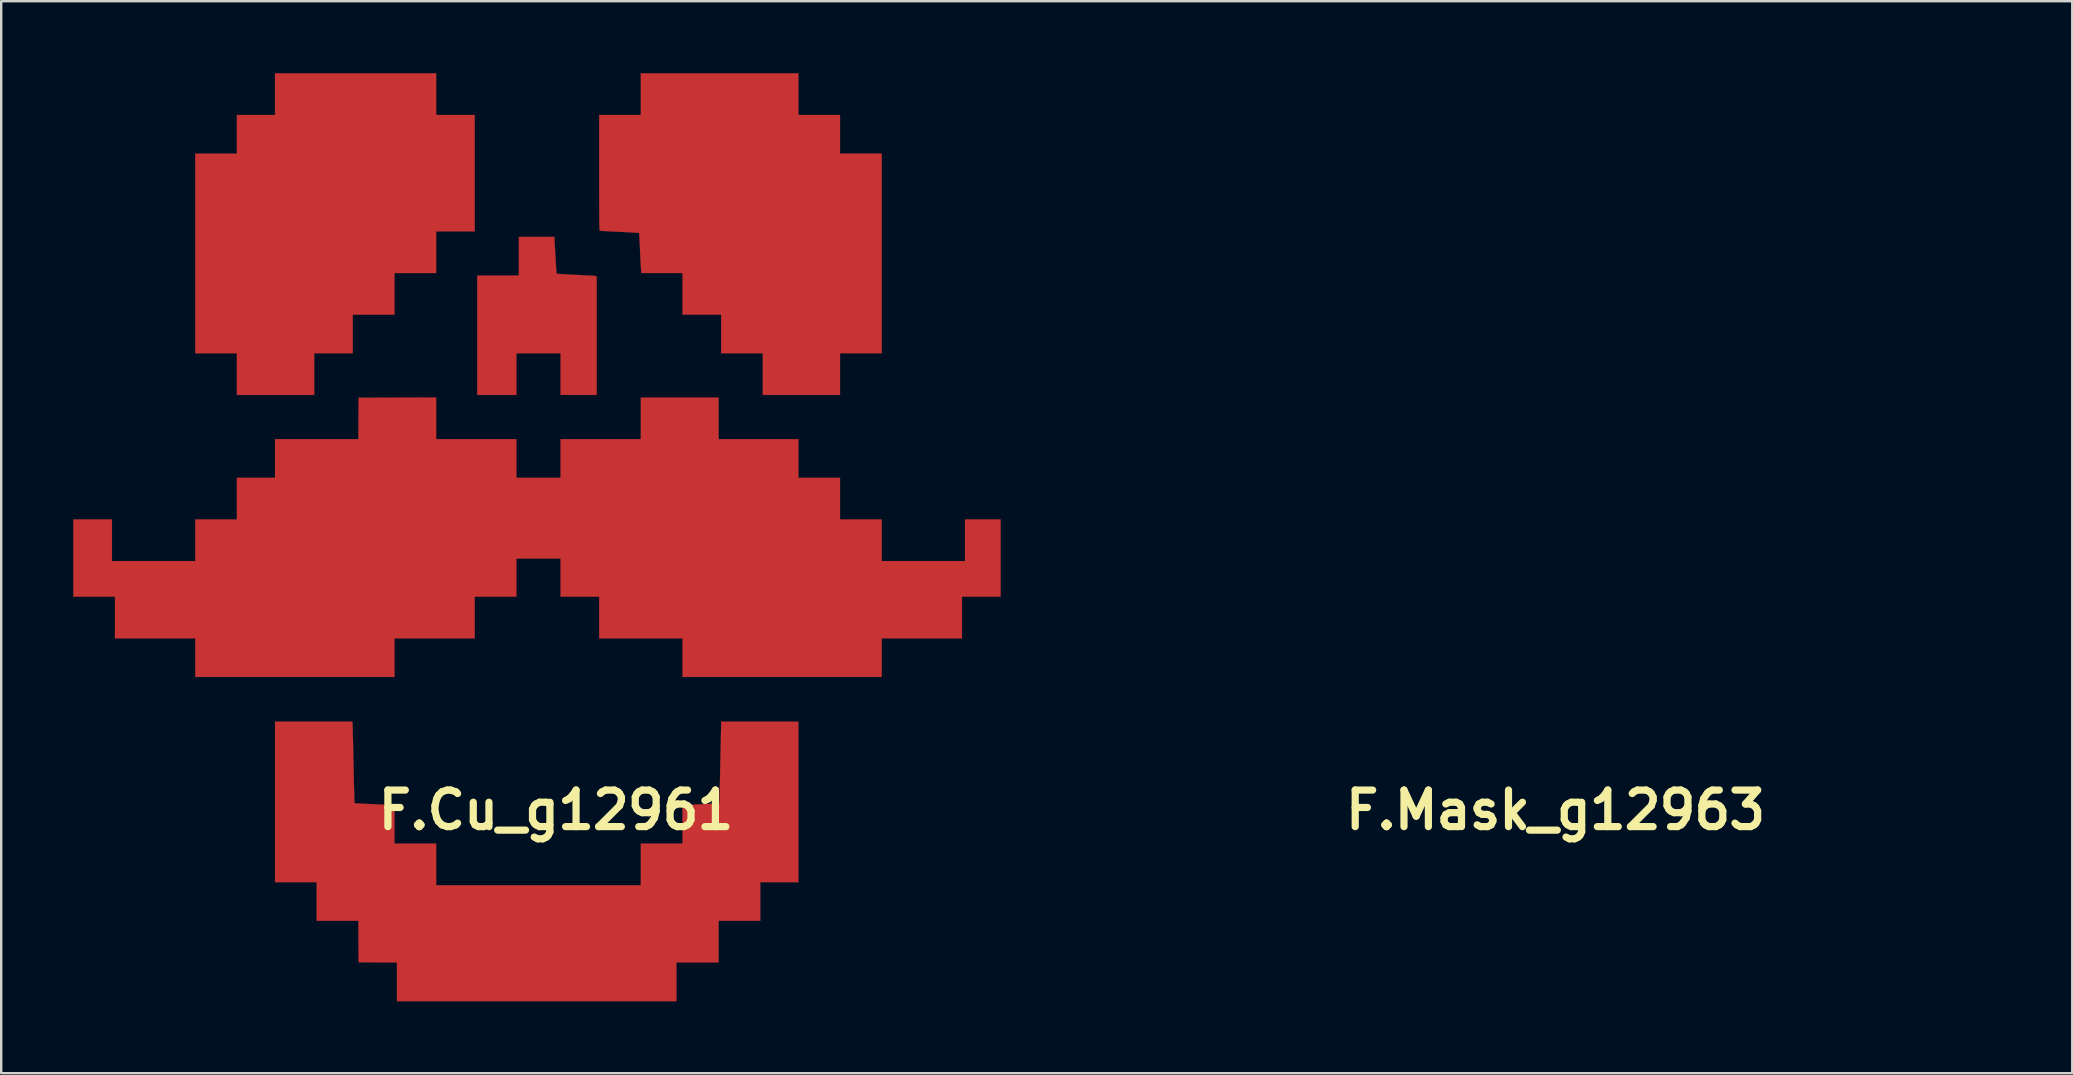
<source format=kicad_pcb>
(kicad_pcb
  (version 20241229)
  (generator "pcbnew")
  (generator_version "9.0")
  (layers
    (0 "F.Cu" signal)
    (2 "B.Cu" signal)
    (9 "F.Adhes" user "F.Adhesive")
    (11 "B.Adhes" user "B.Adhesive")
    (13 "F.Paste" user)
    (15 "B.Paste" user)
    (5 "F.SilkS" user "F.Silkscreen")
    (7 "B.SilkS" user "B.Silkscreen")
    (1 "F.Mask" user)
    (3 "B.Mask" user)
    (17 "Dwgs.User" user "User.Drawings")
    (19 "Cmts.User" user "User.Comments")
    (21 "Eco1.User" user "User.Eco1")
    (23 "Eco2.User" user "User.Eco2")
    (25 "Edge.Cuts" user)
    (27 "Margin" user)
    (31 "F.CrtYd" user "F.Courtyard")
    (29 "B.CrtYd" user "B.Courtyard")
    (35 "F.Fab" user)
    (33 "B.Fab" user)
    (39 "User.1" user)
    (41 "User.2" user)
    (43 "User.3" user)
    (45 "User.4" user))
  (footprint "F.Cu_g12961"
    (layer "F.Cu")
    (at 20.113 30.697)
    (property "Reference" "F.Cu_g12961" (at 0 0 0) (layer "F.SilkS") (effects (font (size 1.524 1.524) (thickness 0.3))))
    (attr through_hole)
    (fp_poly (pts (xy -4.995 -28.956) (xy -3.387 -28.956) (xy -3.387 -24.109) (xy -4.995 -24.109) (xy -4.995 -22.373) (xy -6.731 -22.373) (xy -6.731 -20.637) (xy -8.467 -20.637) (xy -8.467 -19.029) (xy -10.075 -19.029) (xy -10.075 -17.293) (xy -13.293 -17.293) (xy -13.293 -19.029) (xy -15.028 -19.029) (xy -15.028 -27.347) (xy -13.293 -27.347) (xy -13.293 -28.956) (xy -11.705 -28.956) (xy -11.705 -30.692) (xy -4.995 -30.692) (xy -4.995 -28.956)) (stroke (width 0.01) (type solid)) (fill yes) (layer "F.Cu"))
    (fp_poly (pts (xy -0.063 -23.807) (xy -0.061 -23.751) (xy -0.057 -23.663) (xy -0.052 -23.551) (xy -0.045 -23.419) (xy -0.037 -23.274) (xy -0.028 -23.122) (xy -0.019 -22.969) (xy -0.01 -22.82) (xy -0.002 -22.681) (xy 0.006 -22.559) (xy 0.013 -22.458) (xy 0.019 -22.386) (xy 0.022 -22.347) (xy 0.023 -22.343) (xy 0.046 -22.339) (xy 0.106 -22.335) (xy 0.198 -22.329) (xy 0.318 -22.322) (xy 0.461 -22.314) (xy 0.621 -22.306) (xy 0.752 -22.3) (xy 0.928 -22.291) (xy 1.095 -22.283) (xy 1.247 -22.275) (xy 1.378 -22.268) (xy 1.483 -22.262) (xy 1.555 -22.257) (xy 1.582 -22.255) (xy 1.693 -22.243) (xy 1.693 -17.293) (xy 0.191 -17.293) (xy 0.191 -19.029) (xy -1.651 -19.029) (xy -1.651 -17.293) (xy -3.281 -17.293) (xy -3.281 -22.267) (xy -1.545 -22.267) (xy -1.545 -23.876) (xy -0.064 -23.876) (xy -0.063 -23.807)) (stroke (width 0.01) (type solid)) (fill yes) (layer "F.Cu"))
    (fp_poly (pts (xy -4.995 -15.452) (xy -1.651 -15.452) (xy -1.651 -13.843) (xy 0.191 -13.843) (xy 0.191 -15.452) (xy 3.535 -15.452) (xy 3.535 -17.187) (xy 6.773 -17.187) (xy 6.773 -15.452) (xy 10.097 -15.452) (xy 10.097 -13.843) (xy 11.832 -13.843) (xy 11.832 -12.107) (xy 13.568 -12.107) (xy 13.568 -10.372) (xy 17.039 -10.372) (xy 17.039 -12.107) (xy 18.521 -12.107) (xy 18.521 -8.89) (xy 16.912 -8.89) (xy 16.912 -7.154) (xy 13.568 -7.154) (xy 13.568 -5.546) (xy 5.271 -5.546) (xy 5.271 -7.154) (xy 1.799 -7.154) (xy 1.799 -8.89) (xy 0.191 -8.89) (xy 0.191 -10.477) (xy -1.651 -10.477) (xy -1.651 -8.89) (xy -3.387 -8.89) (xy -3.387 -7.154) (xy -6.731 -7.154) (xy -6.731 -5.546) (xy -15.028 -5.546) (xy -15.028 -7.154) (xy -18.373 -7.154) (xy -18.373 -8.89) (xy -20.108 -8.89) (xy -20.108 -12.107) (xy -18.5 -12.107) (xy -18.5 -10.372) (xy -15.028 -10.372) (xy -15.028 -12.107) (xy -13.293 -12.107) (xy -13.293 -13.843) (xy -11.705 -13.843) (xy -11.705 -15.452) (xy -8.234 -15.452) (xy -8.229 -16.314) (xy -8.223 -17.177) (xy -4.995 -17.188) (xy -4.995 -15.452)) (stroke (width 0.01) (type solid)) (fill yes) (layer "F.Cu"))
    (fp_poly (pts (xy 10.097 -28.956) (xy 11.832 -28.956) (xy 11.832 -27.347) (xy 13.568 -27.347) (xy 13.568 -19.029) (xy 11.832 -19.029) (xy 11.832 -17.293) (xy 8.615 -17.293) (xy 8.615 -19.029) (xy 6.879 -19.029) (xy 6.879 -20.637) (xy 5.271 -20.637) (xy 5.271 -22.373) (xy 3.559 -22.373) (xy 3.548 -22.463) (xy 3.544 -22.505) (xy 3.539 -22.584) (xy 3.533 -22.694) (xy 3.525 -22.829) (xy 3.518 -22.985) (xy 3.509 -23.154) (xy 3.503 -23.293) (xy 3.495 -23.466) (xy 3.487 -23.625) (xy 3.48 -23.765) (xy 3.473 -23.881) (xy 3.467 -23.97) (xy 3.463 -24.025) (xy 3.461 -24.042) (xy 3.439 -24.044) (xy 3.381 -24.048) (xy 3.291 -24.054) (xy 3.176 -24.061) (xy 3.041 -24.069) (xy 2.892 -24.077) (xy 2.733 -24.086) (xy 2.572 -24.094) (xy 2.412 -24.103) (xy 2.26 -24.11) (xy 2.122 -24.117) (xy 2.003 -24.123) (xy 1.908 -24.127) (xy 1.844 -24.129) (xy 1.836 -24.129) (xy 1.831 -24.131) (xy 1.825 -24.138) (xy 1.821 -24.151) (xy 1.817 -24.174) (xy 1.814 -24.209) (xy 1.811 -24.257) (xy 1.808 -24.322) (xy 1.806 -24.406) (xy 1.804 -24.51) (xy 1.803 -24.637) (xy 1.802 -24.789) (xy 1.801 -24.969) (xy 1.8 -25.179) (xy 1.8 -25.421) (xy 1.799 -25.697) (xy 1.799 -26.01) (xy 1.799 -26.362) (xy 1.799 -26.543) (xy 1.799 -28.956) (xy 3.535 -28.956) (xy 3.535 -30.692) (xy 10.097 -30.692) (xy 10.097 -28.956)) (stroke (width 0.01) (type solid)) (fill yes) (layer "F.Cu"))
    (fp_poly (pts (xy -8.479 -3.635) (xy -8.478 -3.607) (xy -8.475 -3.54) (xy -8.472 -3.437) (xy -8.468 -3.302) (xy -8.464 -3.137) (xy -8.459 -2.947) (xy -8.454 -2.735) (xy -8.449 -2.504) (xy -8.443 -2.257) (xy -8.438 -1.998) (xy -8.437 -1.939) (xy -8.432 -1.678) (xy -8.426 -1.431) (xy -8.421 -1.199) (xy -8.417 -0.986) (xy -8.412 -0.795) (xy -8.408 -0.629) (xy -8.405 -0.493) (xy -8.402 -0.388) (xy -8.4 -0.318) (xy -8.398 -0.286) (xy -8.398 -0.285) (xy -8.376 -0.282) (xy -8.317 -0.279) (xy -8.225 -0.274) (xy -8.103 -0.267) (xy -7.958 -0.26) (xy -7.793 -0.252) (xy -7.614 -0.244) (xy -7.562 -0.241) (xy -6.731 -0.203) (xy -6.731 1.397) (xy -4.995 1.397) (xy -4.995 3.133) (xy 3.535 3.133) (xy 3.535 1.397) (xy 5.271 1.397) (xy 5.271 -0.203) (xy 6.038 -0.241) (xy 6.213 -0.25) (xy 6.375 -0.258) (xy 6.518 -0.266) (xy 6.637 -0.272) (xy 6.728 -0.277) (xy 6.787 -0.281) (xy 6.808 -0.282) (xy 6.809 -0.304) (xy 6.81 -0.363) (xy 6.813 -0.457) (xy 6.816 -0.582) (xy 6.819 -0.733) (xy 6.823 -0.907) (xy 6.828 -1.1) (xy 6.832 -1.307) (xy 6.837 -1.526) (xy 6.842 -1.752) (xy 6.847 -1.98) (xy 6.852 -2.209) (xy 6.857 -2.432) (xy 6.861 -2.647) (xy 6.866 -2.849) (xy 6.869 -3.034) (xy 6.873 -3.2) (xy 6.876 -3.341) (xy 6.878 -3.453) (xy 6.879 -3.534) (xy 6.88 -3.579) (xy 6.88 -3.582) (xy 6.879 -3.683) (xy 10.097 -3.683) (xy 10.097 3.006) (xy 8.509 3.006) (xy 8.509 4.614) (xy 6.773 4.614) (xy 6.773 6.35) (xy 5.016 6.35) (xy 5.016 7.959) (xy -6.625 7.959) (xy -6.625 6.351) (xy -7.424 6.345) (xy -8.223 6.339) (xy -8.229 5.477) (xy -8.234 4.614) (xy -9.97 4.614) (xy -9.97 3.006) (xy -11.705 3.006) (xy -11.705 -3.683) (xy -8.489 -3.683) (xy -8.479 -3.635)) (stroke (width 0.01) (type solid)) (fill yes) (layer "F.Cu")))
  (footprint "F.Mask_g12963"
    (layer "F.Cu")
    (at 61.753 30.697)
    (property "Reference" "F.Mask_g12963" (at 0 0 0) (layer "F.SilkS") (effects (font (size 1.524 1.524) (thickness 0.3))))
    (attr through_hole)
    (fp_poly (pts (xy -4.995 -28.956) (xy -3.387 -28.956) (xy -3.387 -24.109) (xy -4.995 -24.109) (xy -4.995 -22.373) (xy -6.731 -22.373) (xy -6.731 -20.637) (xy -8.467 -20.637) (xy -8.467 -19.029) (xy -10.075 -19.029) (xy -10.075 -17.293) (xy -13.293 -17.293) (xy -13.293 -19.029) (xy -15.028 -19.029) (xy -15.028 -27.347) (xy -13.293 -27.347) (xy -13.293 -28.956) (xy -11.705 -28.956) (xy -11.705 -30.692) (xy -4.995 -30.692) (xy -4.995 -28.956)) (stroke (width 0.01) (type solid)) (fill yes) (layer "F.Mask"))
    (fp_poly (pts (xy -0.063 -23.807) (xy -0.061 -23.751) (xy -0.057 -23.663) (xy -0.052 -23.551) (xy -0.045 -23.419) (xy -0.037 -23.274) (xy -0.028 -23.122) (xy -0.019 -22.969) (xy -0.01 -22.82) (xy -0.002 -22.681) (xy 0.006 -22.559) (xy 0.013 -22.458) (xy 0.019 -22.386) (xy 0.022 -22.347) (xy 0.023 -22.343) (xy 0.046 -22.339) (xy 0.106 -22.335) (xy 0.198 -22.329) (xy 0.318 -22.322) (xy 0.461 -22.314) (xy 0.621 -22.306) (xy 0.752 -22.3) (xy 0.928 -22.291) (xy 1.095 -22.283) (xy 1.247 -22.275) (xy 1.378 -22.268) (xy 1.483 -22.262) (xy 1.555 -22.257) (xy 1.582 -22.255) (xy 1.693 -22.243) (xy 1.693 -17.293) (xy 0.191 -17.293) (xy 0.191 -19.029) (xy -1.651 -19.029) (xy -1.651 -17.293) (xy -3.281 -17.293) (xy -3.281 -22.267) (xy -1.545 -22.267) (xy -1.545 -23.876) (xy -0.064 -23.876) (xy -0.063 -23.807)) (stroke (width 0.01) (type solid)) (fill yes) (layer "F.Mask"))
    (fp_poly (pts (xy -4.995 -15.452) (xy -1.651 -15.452) (xy -1.651 -13.843) (xy 0.191 -13.843) (xy 0.191 -15.452) (xy 3.535 -15.452) (xy 3.535 -17.187) (xy 6.773 -17.187) (xy 6.773 -15.452) (xy 10.097 -15.452) (xy 10.097 -13.843) (xy 11.832 -13.843) (xy 11.832 -12.107) (xy 13.568 -12.107) (xy 13.568 -10.372) (xy 17.039 -10.372) (xy 17.039 -12.107) (xy 18.521 -12.107) (xy 18.521 -8.89) (xy 16.912 -8.89) (xy 16.912 -7.154) (xy 13.568 -7.154) (xy 13.568 -5.546) (xy 5.271 -5.546) (xy 5.271 -7.154) (xy 1.799 -7.154) (xy 1.799 -8.89) (xy 0.191 -8.89) (xy 0.191 -10.477) (xy -1.651 -10.477) (xy -1.651 -8.89) (xy -3.387 -8.89) (xy -3.387 -7.154) (xy -6.731 -7.154) (xy -6.731 -5.546) (xy -15.028 -5.546) (xy -15.028 -7.154) (xy -18.373 -7.154) (xy -18.373 -8.89) (xy -20.108 -8.89) (xy -20.108 -12.107) (xy -18.5 -12.107) (xy -18.5 -10.372) (xy -15.028 -10.372) (xy -15.028 -12.107) (xy -13.293 -12.107) (xy -13.293 -13.843) (xy -11.705 -13.843) (xy -11.705 -15.452) (xy -8.234 -15.452) (xy -8.229 -16.314) (xy -8.223 -17.177) (xy -4.995 -17.188) (xy -4.995 -15.452)) (stroke (width 0.01) (type solid)) (fill yes) (layer "F.Mask"))
    (fp_poly (pts (xy 10.097 -28.956) (xy 11.832 -28.956) (xy 11.832 -27.347) (xy 13.568 -27.347) (xy 13.568 -19.029) (xy 11.832 -19.029) (xy 11.832 -17.293) (xy 8.615 -17.293) (xy 8.615 -19.029) (xy 6.879 -19.029) (xy 6.879 -20.637) (xy 5.271 -20.637) (xy 5.271 -22.373) (xy 3.559 -22.373) (xy 3.548 -22.463) (xy 3.544 -22.505) (xy 3.539 -22.584) (xy 3.533 -22.694) (xy 3.525 -22.829) (xy 3.518 -22.985) (xy 3.509 -23.154) (xy 3.503 -23.293) (xy 3.495 -23.466) (xy 3.487 -23.625) (xy 3.48 -23.765) (xy 3.473 -23.881) (xy 3.467 -23.97) (xy 3.463 -24.025) (xy 3.461 -24.042) (xy 3.439 -24.044) (xy 3.381 -24.048) (xy 3.291 -24.054) (xy 3.176 -24.061) (xy 3.041 -24.069) (xy 2.892 -24.077) (xy 2.733 -24.086) (xy 2.572 -24.094) (xy 2.412 -24.103) (xy 2.26 -24.11) (xy 2.122 -24.117) (xy 2.003 -24.123) (xy 1.908 -24.127) (xy 1.844 -24.129) (xy 1.836 -24.129) (xy 1.831 -24.131) (xy 1.825 -24.138) (xy 1.821 -24.151) (xy 1.817 -24.174) (xy 1.814 -24.209) (xy 1.811 -24.257) (xy 1.808 -24.322) (xy 1.806 -24.406) (xy 1.804 -24.51) (xy 1.803 -24.637) (xy 1.802 -24.789) (xy 1.801 -24.969) (xy 1.8 -25.179) (xy 1.8 -25.421) (xy 1.799 -25.697) (xy 1.799 -26.01) (xy 1.799 -26.362) (xy 1.799 -26.543) (xy 1.799 -28.956) (xy 3.535 -28.956) (xy 3.535 -30.692) (xy 10.097 -30.692) (xy 10.097 -28.956)) (stroke (width 0.01) (type solid)) (fill yes) (layer "F.Mask"))
    (fp_poly (pts (xy -8.479 -3.635) (xy -8.478 -3.607) (xy -8.475 -3.54) (xy -8.472 -3.437) (xy -8.468 -3.302) (xy -8.464 -3.137) (xy -8.459 -2.947) (xy -8.454 -2.735) (xy -8.449 -2.504) (xy -8.443 -2.257) (xy -8.438 -1.998) (xy -8.437 -1.939) (xy -8.432 -1.678) (xy -8.426 -1.431) (xy -8.421 -1.199) (xy -8.417 -0.986) (xy -8.412 -0.795) (xy -8.408 -0.629) (xy -8.405 -0.493) (xy -8.402 -0.388) (xy -8.4 -0.318) (xy -8.398 -0.286) (xy -8.398 -0.285) (xy -8.376 -0.282) (xy -8.317 -0.279) (xy -8.225 -0.274) (xy -8.103 -0.267) (xy -7.958 -0.26) (xy -7.793 -0.252) (xy -7.614 -0.244) (xy -7.562 -0.241) (xy -6.731 -0.203) (xy -6.731 1.397) (xy -4.995 1.397) (xy -4.995 3.133) (xy 3.535 3.133) (xy 3.535 1.397) (xy 5.271 1.397) (xy 5.271 -0.203) (xy 6.038 -0.241) (xy 6.213 -0.25) (xy 6.375 -0.258) (xy 6.518 -0.266) (xy 6.637 -0.272) (xy 6.728 -0.277) (xy 6.787 -0.281) (xy 6.808 -0.282) (xy 6.809 -0.304) (xy 6.81 -0.363) (xy 6.813 -0.457) (xy 6.816 -0.582) (xy 6.819 -0.733) (xy 6.823 -0.907) (xy 6.828 -1.1) (xy 6.832 -1.307) (xy 6.837 -1.526) (xy 6.842 -1.752) (xy 6.847 -1.98) (xy 6.852 -2.209) (xy 6.857 -2.432) (xy 6.861 -2.647) (xy 6.866 -2.849) (xy 6.869 -3.034) (xy 6.873 -3.2) (xy 6.876 -3.341) (xy 6.878 -3.453) (xy 6.879 -3.534) (xy 6.88 -3.579) (xy 6.88 -3.582) (xy 6.879 -3.683) (xy 10.097 -3.683) (xy 10.097 3.006) (xy 8.509 3.006) (xy 8.509 4.614) (xy 6.773 4.614) (xy 6.773 6.35) (xy 5.016 6.35) (xy 5.016 7.959) (xy -6.625 7.959) (xy -6.625 6.351) (xy -7.424 6.345) (xy -8.223 6.339) (xy -8.229 5.477) (xy -8.234 4.614) (xy -9.97 4.614) (xy -9.97 3.006) (xy -11.705 3.006) (xy -11.705 -3.683) (xy -8.489 -3.683) (xy -8.479 -3.635)) (stroke (width 0.01) (type solid)) (fill yes) (layer "F.Mask")))
  (gr_rect
    (start -3 -3)
    (end 83.278 41.66)
    (stroke (width 0.1) (type default))
    (fill no)
    (layer "Edge.Cuts")))
</source>
